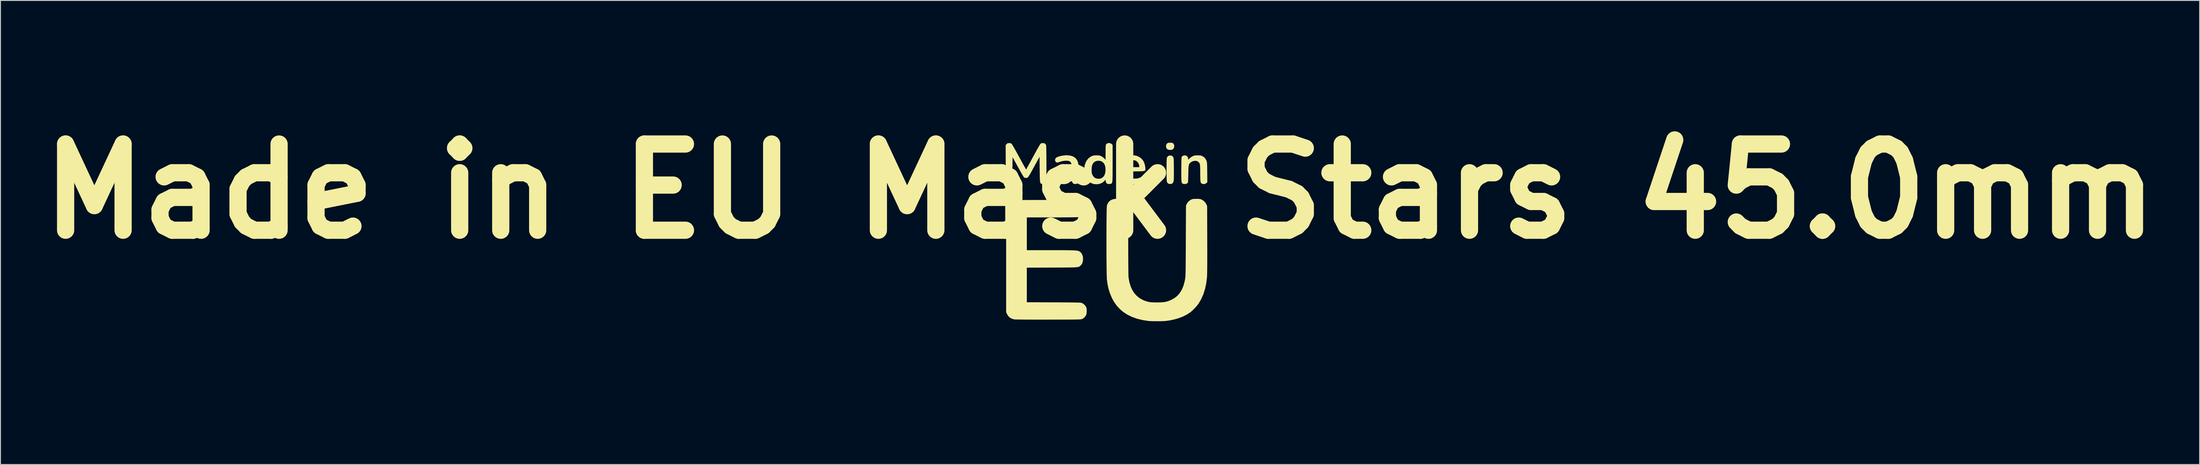
<source format=kicad_pcb>
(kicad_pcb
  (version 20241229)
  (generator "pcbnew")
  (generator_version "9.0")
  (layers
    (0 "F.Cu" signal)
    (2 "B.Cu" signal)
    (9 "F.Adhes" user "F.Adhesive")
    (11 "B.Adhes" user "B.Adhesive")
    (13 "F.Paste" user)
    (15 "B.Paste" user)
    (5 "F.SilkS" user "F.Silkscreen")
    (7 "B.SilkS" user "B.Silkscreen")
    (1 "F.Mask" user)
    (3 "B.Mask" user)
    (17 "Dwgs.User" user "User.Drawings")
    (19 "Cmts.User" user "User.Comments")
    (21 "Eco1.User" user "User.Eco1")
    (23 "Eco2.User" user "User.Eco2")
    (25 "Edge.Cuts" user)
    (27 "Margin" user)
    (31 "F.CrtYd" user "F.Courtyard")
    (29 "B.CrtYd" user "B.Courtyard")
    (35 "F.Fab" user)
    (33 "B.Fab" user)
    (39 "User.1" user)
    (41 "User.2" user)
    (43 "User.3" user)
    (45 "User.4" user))
  (footprint "Made in EU Mask Stars 45.0mm"
    (layer "F.Cu")
    (at 117.199 22.355)
    (property "Reference" "Made in EU Mask Stars 45.0mm" (at 0 -4.5 180) (layer "F.SilkS") (effects (font (size 9.423 9.423) (thickness 1.881))))
    (attr board_only exclude_from_pos_files exclude_from_bom)
    (fp_poly (pts (xy 16.539 -12.799) (xy 16.541 -12.795) (xy 16.555 -12.752) (xy 16.587 -12.653) (xy 16.635 -12.506) (xy 16.696 -12.316) (xy 16.769 -12.092) (xy 16.85 -11.841) (xy 16.937 -11.57) (xy 16.947 -11.539) (xy 17.336 -10.333) (xy 18.668 -10.316) (xy 19.999 -10.299) (xy 18.926 -9.53) (xy 18.69 -9.361) (xy 18.472 -9.203) (xy 18.278 -9.062) (xy 18.113 -8.942) (xy 17.984 -8.846) (xy 17.896 -8.779) (xy 17.855 -8.746) (xy 17.853 -8.743) (xy 17.863 -8.708) (xy 17.892 -8.617) (xy 17.936 -8.476) (xy 17.995 -8.292) (xy 18.066 -8.072) (xy 18.146 -7.824) (xy 18.233 -7.555) (xy 18.25 -7.503) (xy 18.338 -7.23) (xy 18.419 -6.978) (xy 18.49 -6.754) (xy 18.55 -6.564) (xy 18.596 -6.415) (xy 18.625 -6.315) (xy 18.637 -6.271) (xy 18.637 -6.269) (xy 18.609 -6.286) (xy 18.533 -6.338) (xy 18.414 -6.421) (xy 18.26 -6.531) (xy 18.074 -6.665) (xy 17.864 -6.817) (xy 17.635 -6.983) (xy 17.576 -7.026) (xy 16.524 -7.794) (xy 15.522 -7.061) (xy 15.245 -6.858) (xy 15.017 -6.691) (xy 14.834 -6.558) (xy 14.691 -6.456) (xy 14.583 -6.38) (xy 14.506 -6.328) (xy 14.455 -6.296) (xy 14.425 -6.283) (xy 14.411 -6.283) (xy 14.41 -6.295) (xy 14.415 -6.316) (xy 14.416 -6.319) (xy 14.524 -6.647) (xy 14.63 -6.973) (xy 14.732 -7.29) (xy 14.828 -7.593) (xy 14.917 -7.874) (xy 14.995 -8.129) (xy 15.062 -8.35) (xy 15.116 -8.531) (xy 15.154 -8.666) (xy 15.174 -8.749) (xy 15.177 -8.774) (xy 15.144 -8.797) (xy 15.063 -8.855) (xy 14.94 -8.943) (xy 14.781 -9.057) (xy 14.592 -9.193) (xy 14.378 -9.346) (xy 14.147 -9.512) (xy 14.1 -9.546) (xy 13.05 -10.299) (xy 14.378 -10.308) (xy 15.706 -10.317) (xy 15.994 -11.212) (xy 16.112 -11.578) (xy 16.211 -11.885) (xy 16.293 -12.138) (xy 16.36 -12.342) (xy 16.413 -12.502) (xy 16.454 -12.621) (xy 16.485 -12.707) (xy 16.507 -12.762) (xy 16.523 -12.793) (xy 16.533 -12.803)) (stroke (width 0) (type solid)) (fill yes) (layer "F.Mask"))
    (fp_poly (pts (xy 0.043 15.853) (xy 0.074 15.951) (xy 0.122 16.099) (xy 0.182 16.288) (xy 0.254 16.513) (xy 0.335 16.765) (xy 0.422 17.037) (xy 0.436 17.082) (xy 0.827 18.304) (xy 2.145 18.321) (xy 3.463 18.338) (xy 2.477 19.046) (xy 2.247 19.211) (xy 2.032 19.365) (xy 1.839 19.505) (xy 1.673 19.625) (xy 1.543 19.72) (xy 1.454 19.786) (xy 1.414 19.816) (xy 1.338 19.878) (xy 1.725 21.084) (xy 1.813 21.357) (xy 1.895 21.61) (xy 1.968 21.837) (xy 2.03 22.03) (xy 2.079 22.183) (xy 2.113 22.287) (xy 2.128 22.335) (xy 2.129 22.337) (xy 2.13 22.365) (xy 2.102 22.35) (xy 2.056 22.315) (xy 1.964 22.248) (xy 1.835 22.154) (xy 1.676 22.038) (xy 1.494 21.906) (xy 1.297 21.762) (xy 1.092 21.613) (xy 0.887 21.464) (xy 0.688 21.32) (xy 0.504 21.186) (xy 0.341 21.068) (xy 0.206 20.971) (xy 0.108 20.901) (xy 0.054 20.862) (xy 0.045 20.856) (xy 0.013 20.871) (xy -0.067 20.921) (xy -0.186 21) (xy -0.339 21.104) (xy -0.518 21.227) (xy -0.715 21.365) (xy -0.925 21.513) (xy -1.14 21.666) (xy -1.353 21.819) (xy -1.557 21.966) (xy -1.745 22.104) (xy -1.909 22.227) (xy -2.044 22.329) (xy -2.075 22.353) (xy -2.109 22.372) (xy -2.105 22.341) (xy -2.104 22.34) (xy -2.09 22.296) (xy -2.058 22.197) (xy -2.011 22.053) (xy -1.952 21.871) (xy -1.884 21.662) (xy -1.811 21.433) (xy -1.734 21.194) (xy -1.657 20.955) (xy -1.583 20.723) (xy -1.514 20.509) (xy -1.454 20.32) (xy -1.404 20.165) (xy -1.369 20.055) (xy -1.354 20.006) (xy -1.31 19.865) (xy -2.385 19.093) (xy -3.459 18.321) (xy -2.133 18.321) (xy -0.808 18.321) (xy -0.569 17.576) (xy -0.487 17.322) (xy -0.4 17.05) (xy -0.313 16.779) (xy -0.233 16.531) (xy -0.167 16.323) (xy -0.158 16.297) (xy -0.101 16.124) (xy -0.051 15.981) (xy -0.009 15.875) (xy 0.019 15.817) (xy 0.029 15.811)) (stroke (width 0) (type solid)) (fill yes) (layer "F.Mask"))
    (fp_poly (pts (xy -9.247 -18.957) (xy -9.165 -18.703) (xy -9.081 -18.444) (xy -9.001 -18.196) (xy -8.929 -17.973) (xy -8.869 -17.789) (xy -8.838 -17.693) (xy -8.703 -17.283) (xy -7.374 -17.275) (xy -6.046 -17.266) (xy -7 -16.582) (xy -7.229 -16.418) (xy -7.444 -16.262) (xy -7.64 -16.121) (xy -7.809 -15.999) (xy -7.944 -15.901) (xy -8.037 -15.833) (xy -8.076 -15.803) (xy -8.198 -15.709) (xy -7.801 -14.479) (xy -7.714 -14.206) (xy -7.633 -13.953) (xy -7.562 -13.728) (xy -7.503 -13.537) (xy -7.458 -13.387) (xy -7.428 -13.286) (xy -7.416 -13.24) (xy -7.416 -13.238) (xy -7.445 -13.255) (xy -7.522 -13.307) (xy -7.64 -13.39) (xy -7.795 -13.5) (xy -7.979 -13.632) (xy -8.188 -13.784) (xy -8.415 -13.949) (xy -8.442 -13.968) (xy -8.672 -14.136) (xy -8.886 -14.292) (xy -9.078 -14.43) (xy -9.241 -14.547) (xy -9.369 -14.639) (xy -9.457 -14.699) (xy -9.497 -14.726) (xy -9.498 -14.726) (xy -9.534 -14.711) (xy -9.617 -14.659) (xy -9.742 -14.577) (xy -9.902 -14.467) (xy -10.092 -14.334) (xy -10.305 -14.183) (xy -10.535 -14.017) (xy -10.577 -13.986) (xy -10.808 -13.818) (xy -11.023 -13.662) (xy -11.214 -13.524) (xy -11.376 -13.407) (xy -11.503 -13.317) (xy -11.589 -13.256) (xy -11.628 -13.231) (xy -11.63 -13.23) (xy -11.623 -13.261) (xy -11.598 -13.348) (xy -11.557 -13.486) (xy -11.501 -13.666) (xy -11.433 -13.883) (xy -11.355 -14.13) (xy -11.269 -14.398) (xy -11.249 -14.461) (xy -11.161 -14.735) (xy -11.079 -14.988) (xy -11.007 -15.214) (xy -10.946 -15.406) (xy -10.898 -15.557) (xy -10.866 -15.659) (xy -10.852 -15.706) (xy -10.852 -15.708) (xy -10.878 -15.731) (xy -10.953 -15.788) (xy -11.071 -15.876) (xy -11.226 -15.989) (xy -11.412 -16.125) (xy -11.624 -16.278) (xy -11.856 -16.445) (xy -11.927 -16.496) (xy -13.001 -17.266) (xy -11.667 -17.275) (xy -10.333 -17.284) (xy -10.017 -18.28) (xy -9.934 -18.541) (xy -9.853 -18.794) (xy -9.778 -19.03) (xy -9.711 -19.236) (xy -9.657 -19.403) (xy -9.619 -19.52) (xy -9.611 -19.544) (xy -9.522 -19.811)) (stroke (width 0) (type solid)) (fill yes) (layer "F.Mask"))
    (fp_poly (pts (xy -9.502 13.315) (xy -9.469 13.398) (xy -9.422 13.531) (xy -9.361 13.709) (xy -9.289 13.923) (xy -9.208 14.168) (xy -9.121 14.438) (xy -9.094 14.52) (xy -8.694 15.775) (xy -7.367 15.783) (xy -6.04 15.792) (xy -7.106 16.558) (xy -7.341 16.728) (xy -7.558 16.885) (xy -7.752 17.027) (xy -7.915 17.148) (xy -8.044 17.244) (xy -8.131 17.311) (xy -8.171 17.345) (xy -8.172 17.347) (xy -8.163 17.384) (xy -8.134 17.476) (xy -8.09 17.619) (xy -8.032 17.803) (xy -7.962 18.023) (xy -7.883 18.271) (xy -7.797 18.54) (xy -7.787 18.572) (xy -7.7 18.843) (xy -7.621 19.094) (xy -7.551 19.317) (xy -7.493 19.507) (xy -7.448 19.654) (xy -7.42 19.754) (xy -7.41 19.797) (xy -7.41 19.798) (xy -7.438 19.79) (xy -7.509 19.748) (xy -7.61 19.68) (xy -7.704 19.613) (xy -7.808 19.536) (xy -7.957 19.427) (xy -8.138 19.295) (xy -8.341 19.146) (xy -8.555 18.989) (xy -8.747 18.849) (xy -9.505 18.294) (xy -10.422 18.963) (xy -10.646 19.127) (xy -10.859 19.283) (xy -11.054 19.425) (xy -11.222 19.547) (xy -11.356 19.644) (xy -11.449 19.711) (xy -11.483 19.735) (xy -11.567 19.792) (xy -11.608 19.813) (xy -11.616 19.799) (xy -11.606 19.757) (xy -11.59 19.707) (xy -11.557 19.602) (xy -11.508 19.448) (xy -11.446 19.254) (xy -11.373 19.027) (xy -11.292 18.776) (xy -11.214 18.53) (xy -11.129 18.264) (xy -11.053 18.018) (xy -10.986 17.799) (xy -10.931 17.614) (xy -10.891 17.471) (xy -10.867 17.377) (xy -10.861 17.34) (xy -10.891 17.312) (xy -10.97 17.25) (xy -11.091 17.157) (xy -11.248 17.04) (xy -11.436 16.901) (xy -11.649 16.746) (xy -11.88 16.579) (xy -11.925 16.546) (xy -12.974 15.792) (xy -11.646 15.783) (xy -10.318 15.775) (xy -10.254 15.566) (xy -10.188 15.354) (xy -10.114 15.12) (xy -10.035 14.871) (xy -9.953 14.614) (xy -9.871 14.359) (xy -9.792 14.114) (xy -9.718 13.886) (xy -9.651 13.683) (xy -9.595 13.515) (xy -9.552 13.387) (xy -9.525 13.31) (xy -9.516 13.29)) (stroke (width 0) (type solid)) (fill yes) (layer "F.Mask"))
    (fp_poly (pts (xy 9.546 13.293) (xy 9.56 13.326) (xy 9.58 13.385) (xy 9.611 13.474) (xy 9.652 13.598) (xy 9.705 13.761) (xy 9.772 13.968) (xy 9.855 14.224) (xy 9.954 14.534) (xy 10.072 14.901) (xy 10.097 14.98) (xy 10.353 15.775) (xy 11.677 15.783) (xy 13.001 15.792) (xy 11.955 16.546) (xy 11.721 16.714) (xy 11.504 16.87) (xy 11.31 17.01) (xy 11.145 17.128) (xy 11.015 17.222) (xy 10.926 17.286) (xy 10.884 17.315) (xy 10.882 17.317) (xy 10.886 17.352) (xy 10.909 17.443) (xy 10.949 17.584) (xy 11.003 17.768) (xy 11.071 17.987) (xy 11.148 18.236) (xy 11.234 18.506) (xy 11.255 18.571) (xy 11.343 18.845) (xy 11.424 19.098) (xy 11.496 19.324) (xy 11.556 19.516) (xy 11.602 19.666) (xy 11.632 19.768) (xy 11.645 19.815) (xy 11.645 19.817) (xy 11.616 19.8) (xy 11.54 19.748) (xy 11.421 19.664) (xy 11.266 19.554) (xy 11.081 19.42) (xy 10.87 19.268) (xy 10.641 19.102) (xy 10.584 19.06) (xy 9.534 18.294) (xy 9.364 18.419) (xy 9.14 18.584) (xy 8.907 18.755) (xy 8.671 18.927) (xy 8.438 19.097) (xy 8.214 19.26) (xy 8.006 19.41) (xy 7.819 19.545) (xy 7.661 19.658) (xy 7.537 19.746) (xy 7.454 19.804) (xy 7.418 19.828) (xy 7.417 19.828) (xy 7.411 19.808) (xy 7.413 19.803) (xy 7.426 19.767) (xy 7.456 19.677) (xy 7.501 19.539) (xy 7.559 19.364) (xy 7.625 19.158) (xy 7.699 18.932) (xy 7.776 18.693) (xy 7.854 18.45) (xy 7.931 18.211) (xy 8.004 17.984) (xy 8.069 17.78) (xy 8.125 17.604) (xy 8.168 17.467) (xy 8.196 17.377) (xy 8.206 17.342) (xy 8.206 17.342) (xy 8.18 17.32) (xy 8.105 17.264) (xy 7.987 17.177) (xy 7.832 17.063) (xy 7.646 16.928) (xy 7.435 16.775) (xy 7.204 16.609) (xy 7.137 16.561) (xy 6.068 15.792) (xy 7.396 15.775) (xy 8.723 15.759) (xy 9.124 14.511) (xy 9.212 14.237) (xy 9.295 13.984) (xy 9.369 13.76) (xy 9.433 13.571) (xy 9.483 13.423) (xy 9.519 13.324) (xy 9.537 13.281) (xy 9.539 13.279)) (stroke (width 0) (type solid)) (fill yes) (layer "F.Mask"))
    (fp_poly (pts (xy 0.035 -22.317) (xy 0.065 -22.222) (xy 0.111 -22.078) (xy 0.171 -21.891) (xy 0.242 -21.669) (xy 0.322 -21.418) (xy 0.409 -21.147) (xy 0.429 -21.084) (xy 0.825 -19.845) (xy 2.146 -19.828) (xy 3.467 -19.811) (xy 2.403 -19.048) (xy 2.168 -18.879) (xy 1.952 -18.722) (xy 1.759 -18.582) (xy 1.595 -18.462) (xy 1.468 -18.368) (xy 1.381 -18.302) (xy 1.342 -18.271) (xy 1.34 -18.269) (xy 1.35 -18.236) (xy 1.377 -18.147) (xy 1.42 -18.012) (xy 1.475 -17.838) (xy 1.54 -17.635) (xy 1.612 -17.41) (xy 1.688 -17.172) (xy 1.766 -16.93) (xy 1.843 -16.691) (xy 1.916 -16.465) (xy 1.982 -16.26) (xy 2.039 -16.084) (xy 2.084 -15.946) (xy 2.11 -15.866) (xy 2.12 -15.838) (xy 2.129 -15.815) (xy 2.13 -15.801) (xy 2.118 -15.799) (xy 2.09 -15.812) (xy 2.04 -15.844) (xy 1.962 -15.897) (xy 1.853 -15.975) (xy 1.707 -16.081) (xy 1.518 -16.218) (xy 1.284 -16.389) (xy 1.139 -16.495) (xy 0.916 -16.658) (xy 0.706 -16.81) (xy 0.517 -16.948) (xy 0.355 -17.066) (xy 0.228 -17.158) (xy 0.143 -17.219) (xy 0.113 -17.241) (xy 0.008 -17.315) (xy -0.892 -16.659) (xy -1.116 -16.495) (xy -1.329 -16.34) (xy -1.525 -16.197) (xy -1.694 -16.073) (xy -1.83 -15.974) (xy -1.924 -15.906) (xy -1.955 -15.883) (xy -2.044 -15.819) (xy -2.09 -15.793) (xy -2.103 -15.801) (xy -2.094 -15.841) (xy -2.093 -15.845) (xy -2.078 -15.893) (xy -2.045 -15.995) (xy -1.998 -16.143) (xy -1.939 -16.327) (xy -1.871 -16.539) (xy -1.796 -16.77) (xy -1.719 -17.011) (xy -1.641 -17.254) (xy -1.566 -17.488) (xy -1.496 -17.706) (xy -1.434 -17.899) (xy -1.384 -18.057) (xy -1.347 -18.172) (xy -1.326 -18.234) (xy -1.324 -18.242) (xy -1.347 -18.269) (xy -1.42 -18.331) (xy -1.535 -18.422) (xy -1.688 -18.539) (xy -1.872 -18.678) (xy -2.083 -18.833) (xy -2.313 -19) (xy -2.376 -19.046) (xy -3.441 -19.811) (xy -2.124 -19.82) (xy -0.807 -19.829) (xy -0.568 -20.574) (xy -0.487 -20.828) (xy -0.4 -21.1) (xy -0.313 -21.37) (xy -0.233 -21.619) (xy -0.167 -21.826) (xy -0.158 -21.852) (xy -0.102 -22.026) (xy -0.052 -22.173) (xy -0.012 -22.282) (xy 0.014 -22.345) (xy 0.022 -22.355)) (stroke (width 0) (type solid)) (fill yes) (layer "F.Mask"))
    (fp_poly (pts (xy 16.532 6.306) (xy 16.563 6.391) (xy 16.61 6.526) (xy 16.67 6.705) (xy 16.742 6.92) (xy 16.822 7.166) (xy 16.91 7.435) (xy 16.934 7.512) (xy 17.335 8.759) (xy 18.672 8.775) (xy 20.008 8.792) (xy 18.959 9.546) (xy 18.724 9.714) (xy 18.506 9.87) (xy 18.311 10.01) (xy 18.145 10.129) (xy 18.013 10.223) (xy 17.923 10.288) (xy 17.879 10.319) (xy 17.877 10.32) (xy 17.879 10.357) (xy 17.901 10.451) (xy 17.941 10.597) (xy 17.998 10.791) (xy 18.069 11.027) (xy 18.154 11.298) (xy 18.248 11.592) (xy 18.337 11.868) (xy 18.418 12.123) (xy 18.491 12.35) (xy 18.552 12.542) (xy 18.599 12.694) (xy 18.631 12.797) (xy 18.645 12.845) (xy 18.645 12.848) (xy 18.618 12.83) (xy 18.542 12.776) (xy 18.424 12.692) (xy 18.27 12.58) (xy 18.085 12.446) (xy 17.875 12.293) (xy 17.646 12.125) (xy 17.587 12.082) (xy 17.32 11.886) (xy 17.101 11.727) (xy 16.925 11.601) (xy 16.787 11.505) (xy 16.682 11.434) (xy 16.605 11.387) (xy 16.549 11.359) (xy 16.511 11.347) (xy 16.484 11.347) (xy 16.465 11.355) (xy 16.423 11.384) (xy 16.333 11.449) (xy 16.202 11.543) (xy 16.037 11.662) (xy 15.844 11.803) (xy 15.63 11.958) (xy 15.413 12.117) (xy 15.188 12.28) (xy 14.981 12.43) (xy 14.797 12.562) (xy 14.643 12.672) (xy 14.525 12.754) (xy 14.448 12.806) (xy 14.419 12.822) (xy 14.426 12.789) (xy 14.452 12.699) (xy 14.494 12.559) (xy 14.551 12.376) (xy 14.62 12.157) (xy 14.699 11.91) (xy 14.785 11.641) (xy 14.803 11.588) (xy 14.891 11.315) (xy 14.971 11.063) (xy 15.042 10.837) (xy 15.101 10.646) (xy 15.147 10.496) (xy 15.176 10.394) (xy 15.187 10.348) (xy 15.187 10.346) (xy 15.156 10.32) (xy 15.082 10.263) (xy 14.973 10.182) (xy 14.839 10.084) (xy 14.78 10.042) (xy 14.634 9.937) (xy 14.448 9.803) (xy 14.237 9.651) (xy 14.014 9.49) (xy 13.795 9.332) (xy 13.716 9.275) (xy 13.046 8.792) (xy 14.381 8.775) (xy 15.717 8.759) (xy 16.111 7.525) (xy 16.199 7.251) (xy 16.281 6.998) (xy 16.354 6.771) (xy 16.417 6.58) (xy 16.467 6.429) (xy 16.501 6.327) (xy 16.518 6.281) (xy 16.52 6.278)) (stroke (width 0) (type solid)) (fill yes) (layer "F.Mask"))
    (fp_poly (pts (xy -16.483 6.297) (xy -16.469 6.339) (xy -16.437 6.438) (xy -16.389 6.586) (xy -16.328 6.775) (xy -16.255 7) (xy -16.174 7.251) (xy -16.087 7.522) (xy -16.077 7.553) (xy -15.689 8.759) (xy -14.352 8.775) (xy -13.015 8.792) (xy -14.085 9.56) (xy -14.321 9.729) (xy -14.54 9.886) (xy -14.735 10.025) (xy -14.9 10.144) (xy -15.031 10.238) (xy -15.121 10.302) (xy -15.163 10.333) (xy -15.166 10.335) (xy -15.158 10.367) (xy -15.132 10.456) (xy -15.09 10.596) (xy -15.033 10.778) (xy -14.964 10.997) (xy -14.885 11.245) (xy -14.798 11.515) (xy -14.774 11.592) (xy -14.685 11.867) (xy -14.604 12.122) (xy -14.532 12.349) (xy -14.471 12.542) (xy -14.424 12.693) (xy -14.392 12.796) (xy -14.379 12.844) (xy -14.378 12.847) (xy -14.406 12.829) (xy -14.482 12.775) (xy -14.599 12.691) (xy -14.753 12.579) (xy -14.937 12.445) (xy -15.146 12.292) (xy -15.372 12.126) (xy -15.407 12.1) (xy -15.638 11.931) (xy -15.852 11.774) (xy -16.045 11.634) (xy -16.209 11.515) (xy -16.338 11.423) (xy -16.426 11.36) (xy -16.468 11.332) (xy -16.47 11.332) (xy -16.505 11.347) (xy -16.588 11.398) (xy -16.713 11.481) (xy -16.873 11.591) (xy -17.063 11.724) (xy -17.276 11.876) (xy -17.508 12.043) (xy -17.567 12.086) (xy -17.799 12.256) (xy -18.014 12.413) (xy -18.206 12.552) (xy -18.368 12.669) (xy -18.495 12.76) (xy -18.581 12.821) (xy -18.621 12.847) (xy -18.622 12.848) (xy -18.613 12.815) (xy -18.584 12.725) (xy -18.54 12.586) (xy -18.481 12.403) (xy -18.411 12.184) (xy -18.331 11.936) (xy -18.244 11.666) (xy -18.224 11.602) (xy -18.135 11.328) (xy -18.055 11.073) (xy -17.984 10.846) (xy -17.925 10.652) (xy -17.879 10.499) (xy -17.85 10.395) (xy -17.839 10.346) (xy -17.839 10.343) (xy -17.869 10.319) (xy -17.947 10.26) (xy -18.068 10.171) (xy -18.225 10.056) (xy -18.413 9.919) (xy -18.626 9.765) (xy -18.858 9.598) (xy -18.917 9.556) (xy -19.979 8.792) (xy -18.641 8.775) (xy -17.303 8.759) (xy -17.041 7.938) (xy -16.96 7.685) (xy -16.877 7.425) (xy -16.797 7.174) (xy -16.724 6.947) (xy -16.665 6.76) (xy -16.64 6.682) (xy -16.589 6.528) (xy -16.544 6.406) (xy -16.508 6.325) (xy -16.487 6.294)) (stroke (width 0) (type solid)) (fill yes) (layer "F.Mask"))
    (fp_poly (pts (xy 9.59 -19.718) (xy 9.622 -19.62) (xy 9.67 -19.472) (xy 9.731 -19.282) (xy 9.804 -19.058) (xy 9.885 -18.807) (xy 9.972 -18.536) (xy 9.982 -18.505) (xy 10.369 -17.299) (xy 11.705 -17.283) (xy 13.04 -17.266) (xy 11.971 -16.499) (xy 11.736 -16.329) (xy 11.517 -16.173) (xy 11.323 -16.033) (xy 11.157 -15.914) (xy 11.027 -15.821) (xy 10.938 -15.756) (xy 10.895 -15.726) (xy 10.893 -15.724) (xy 10.9 -15.692) (xy 10.927 -15.603) (xy 10.97 -15.464) (xy 11.026 -15.282) (xy 11.095 -15.064) (xy 11.174 -14.816) (xy 11.261 -14.547) (xy 11.282 -14.482) (xy 11.37 -14.208) (xy 11.451 -13.954) (xy 11.522 -13.728) (xy 11.582 -13.537) (xy 11.628 -13.386) (xy 11.658 -13.284) (xy 11.67 -13.237) (xy 11.67 -13.235) (xy 11.642 -13.251) (xy 11.566 -13.303) (xy 11.447 -13.386) (xy 11.293 -13.497) (xy 11.108 -13.629) (xy 10.899 -13.781) (xy 10.672 -13.946) (xy 10.637 -13.972) (xy 10.406 -14.14) (xy 10.19 -14.295) (xy 9.997 -14.433) (xy 9.831 -14.548) (xy 9.7 -14.638) (xy 9.61 -14.696) (xy 9.566 -14.72) (xy 9.564 -14.72) (xy 9.527 -14.701) (xy 9.442 -14.647) (xy 9.315 -14.561) (xy 9.154 -14.449) (xy 8.963 -14.314) (xy 8.75 -14.161) (xy 8.52 -13.995) (xy 8.494 -13.975) (xy 8.264 -13.808) (xy 8.052 -13.654) (xy 7.862 -13.517) (xy 7.702 -13.402) (xy 7.577 -13.313) (xy 7.493 -13.254) (xy 7.457 -13.23) (xy 7.456 -13.23) (xy 7.453 -13.257) (xy 7.47 -13.322) (xy 7.516 -13.461) (xy 7.573 -13.637) (xy 7.64 -13.844) (xy 7.713 -14.072) (xy 7.79 -14.313) (xy 7.868 -14.559) (xy 7.945 -14.801) (xy 8.018 -15.032) (xy 8.085 -15.243) (xy 8.142 -15.426) (xy 8.187 -15.572) (xy 8.218 -15.673) (xy 8.231 -15.722) (xy 8.232 -15.724) (xy 8.204 -15.745) (xy 8.127 -15.8) (xy 8.007 -15.886) (xy 7.851 -15.998) (xy 7.664 -16.133) (xy 7.452 -16.285) (xy 7.221 -16.451) (xy 7.156 -16.498) (xy 6.088 -17.266) (xy 7.422 -17.283) (xy 8.755 -17.299) (xy 8.991 -18.037) (xy 9.072 -18.288) (xy 9.158 -18.557) (xy 9.243 -18.823) (xy 9.321 -19.067) (xy 9.385 -19.269) (xy 9.393 -19.291) (xy 9.448 -19.461) (xy 9.499 -19.601) (xy 9.539 -19.703) (xy 9.566 -19.756) (xy 9.576 -19.76)) (stroke (width 0) (type solid)) (fill yes) (layer "F.Mask"))
    (fp_poly (pts (xy -16.478 -12.75) (xy -16.446 -12.659) (xy -16.399 -12.518) (xy -16.339 -12.334) (xy -16.267 -12.114) (xy -16.187 -11.865) (xy -16.099 -11.595) (xy -16.08 -11.534) (xy -15.685 -10.299) (xy -14.359 -10.283) (xy -13.032 -10.266) (xy -14.103 -9.497) (xy -14.376 -9.301) (xy -14.599 -9.139) (xy -14.776 -9.008) (xy -14.913 -8.905) (xy -15.014 -8.825) (xy -15.084 -8.764) (xy -15.127 -8.72) (xy -15.149 -8.688) (xy -15.153 -8.665) (xy -15.152 -8.66) (xy -15.135 -8.607) (xy -15.101 -8.502) (xy -15.053 -8.352) (xy -14.994 -8.166) (xy -14.926 -7.953) (xy -14.852 -7.722) (xy -14.775 -7.482) (xy -14.697 -7.242) (xy -14.623 -7.009) (xy -14.554 -6.793) (xy -14.493 -6.604) (xy -14.443 -6.448) (xy -14.406 -6.337) (xy -14.387 -6.277) (xy -14.385 -6.27) (xy -14.389 -6.243) (xy -14.411 -6.251) (xy -14.444 -6.274) (xy -14.524 -6.331) (xy -14.643 -6.417) (xy -14.795 -6.526) (xy -14.971 -6.653) (xy -15.164 -6.793) (xy -15.367 -6.941) (xy -15.573 -7.09) (xy -15.774 -7.236) (xy -15.963 -7.373) (xy -16.132 -7.497) (xy -16.274 -7.6) (xy -16.382 -7.679) (xy -16.448 -7.728) (xy -16.462 -7.739) (xy -16.496 -7.726) (xy -16.578 -7.676) (xy -16.703 -7.595) (xy -16.866 -7.484) (xy -17.06 -7.348) (xy -17.28 -7.192) (xy -17.521 -7.017) (xy -17.549 -6.997) (xy -17.782 -6.828) (xy -17.998 -6.671) (xy -18.191 -6.531) (xy -18.355 -6.413) (xy -18.484 -6.321) (xy -18.572 -6.259) (xy -18.613 -6.231) (xy -18.616 -6.23) (xy -18.618 -6.255) (xy -18.61 -6.281) (xy -18.595 -6.324) (xy -18.563 -6.423) (xy -18.515 -6.571) (xy -18.453 -6.76) (xy -18.381 -6.983) (xy -18.301 -7.232) (xy -18.216 -7.495) (xy -18.13 -7.762) (xy -18.051 -8.009) (xy -17.98 -8.229) (xy -17.92 -8.415) (xy -17.873 -8.559) (xy -17.842 -8.654) (xy -17.83 -8.692) (xy -17.853 -8.719) (xy -17.926 -8.779) (xy -18.041 -8.87) (xy -18.194 -8.986) (xy -18.379 -9.124) (xy -18.59 -9.279) (xy -18.82 -9.446) (xy -18.89 -9.496) (xy -19.962 -10.266) (xy -18.636 -10.283) (xy -17.309 -10.299) (xy -17.148 -10.802) (xy -17.087 -10.99) (xy -17.012 -11.224) (xy -16.929 -11.483) (xy -16.843 -11.751) (xy -16.761 -12.006) (xy -16.747 -12.052) (xy -16.678 -12.262) (xy -16.617 -12.448) (xy -16.564 -12.601) (xy -16.523 -12.713) (xy -16.498 -12.775) (xy -16.491 -12.784)) (stroke (width 0) (type solid)) (fill yes) (layer "F.Mask"))
    (fp_poly (pts (xy -19.048 -3.229) (xy -19.016 -3.146) (xy -18.968 -3.012) (xy -18.907 -2.835) (xy -18.835 -2.62) (xy -18.755 -2.375) (xy -18.668 -2.106) (xy -18.642 -2.024) (xy -18.242 -0.77) (xy -16.923 -0.77) (xy -16.567 -0.77) (xy -16.265 -0.767) (xy -16.017 -0.763) (xy -15.828 -0.758) (xy -15.699 -0.751) (xy -15.632 -0.743) (xy -15.624 -0.738) (xy -15.655 -0.712) (xy -15.734 -0.651) (xy -15.856 -0.561) (xy -16.014 -0.444) (xy -16.202 -0.307) (xy -16.414 -0.153) (xy -16.645 0.013) (xy -16.681 0.039) (xy -16.913 0.206) (xy -17.127 0.362) (xy -17.317 0.501) (xy -17.476 0.621) (xy -17.601 0.716) (xy -17.683 0.781) (xy -17.717 0.813) (xy -17.718 0.814) (xy -17.708 0.852) (xy -17.68 0.947) (xy -17.635 1.091) (xy -17.577 1.277) (xy -17.507 1.498) (xy -17.428 1.747) (xy -17.341 2.016) (xy -17.33 2.05) (xy -17.244 2.321) (xy -17.164 2.571) (xy -17.095 2.793) (xy -17.037 2.981) (xy -16.993 3.127) (xy -16.965 3.225) (xy -16.955 3.267) (xy -16.956 3.268) (xy -16.985 3.252) (xy -17.062 3.2) (xy -17.181 3.117) (xy -17.336 3.007) (xy -17.522 2.875) (xy -17.731 2.723) (xy -17.959 2.557) (xy -18.001 2.526) (xy -18.258 2.34) (xy -18.489 2.175) (xy -18.688 2.036) (xy -18.852 1.924) (xy -18.975 1.844) (xy -19.054 1.799) (xy -19.081 1.79) (xy -19.118 1.813) (xy -19.203 1.872) (xy -19.329 1.96) (xy -19.49 2.075) (xy -19.679 2.212) (xy -19.89 2.364) (xy -20.106 2.522) (xy -20.374 2.717) (xy -20.592 2.876) (xy -20.766 3.003) (xy -20.901 3.1) (xy -21.002 3.172) (xy -21.073 3.222) (xy -21.121 3.254) (xy -21.149 3.27) (xy -21.163 3.275) (xy -21.167 3.271) (xy -21.168 3.265) (xy -21.158 3.23) (xy -21.13 3.138) (xy -21.085 2.996) (xy -21.027 2.812) (xy -20.957 2.593) (xy -20.877 2.346) (xy -20.791 2.078) (xy -20.783 2.053) (xy -20.696 1.783) (xy -20.615 1.532) (xy -20.544 1.308) (xy -20.485 1.117) (xy -20.439 0.968) (xy -20.409 0.867) (xy -20.398 0.822) (xy -20.398 0.821) (xy -20.424 0.793) (xy -20.499 0.731) (xy -20.617 0.639) (xy -20.771 0.521) (xy -20.957 0.383) (xy -21.168 0.229) (xy -21.397 0.062) (xy -21.437 0.034) (xy -21.669 -0.134) (xy -21.885 -0.29) (xy -22.077 -0.43) (xy -22.24 -0.549) (xy -22.368 -0.643) (xy -22.454 -0.708) (xy -22.492 -0.74) (xy -22.494 -0.741) (xy -22.465 -0.748) (xy -22.377 -0.754) (xy -22.235 -0.759) (xy -22.046 -0.763) (xy -21.817 -0.767) (xy -21.555 -0.769) (xy -21.267 -0.77) (xy -21.188 -0.77) (xy -19.864 -0.77) (xy -19.8 -0.98) (xy -19.729 -1.207) (xy -19.651 -1.454) (xy -19.569 -1.713) (xy -19.485 -1.975) (xy -19.402 -2.233) (xy -19.323 -2.478) (xy -19.25 -2.703) (xy -19.185 -2.9) (xy -19.131 -3.062) (xy -19.091 -3.179) (xy -19.068 -3.244) (xy -19.063 -3.255)) (stroke (width 0) (type solid)) (fill yes) (layer "F.Mask"))
    (fp_poly (pts (xy 19.071 -3.252) (xy 19.103 -3.167) (xy 19.149 -3.039) (xy 19.203 -2.876) (xy 19.264 -2.689) (xy 19.264 -2.688) (xy 19.341 -2.45) (xy 19.429 -2.173) (xy 19.521 -1.885) (xy 19.609 -1.61) (xy 19.661 -1.449) (xy 19.867 -0.804) (xy 21.187 -0.804) (xy 21.477 -0.803) (xy 21.745 -0.801) (xy 21.984 -0.799) (xy 22.186 -0.795) (xy 22.345 -0.791) (xy 22.453 -0.786) (xy 22.504 -0.78) (xy 22.506 -0.779) (xy 22.48 -0.754) (xy 22.404 -0.696) (xy 22.286 -0.607) (xy 22.131 -0.492) (xy 21.945 -0.356) (xy 21.734 -0.203) (xy 21.503 -0.037) (xy 21.451 -0.000486) (xy 21.217 0.168) (xy 21.001 0.325) (xy 20.809 0.467) (xy 20.647 0.589) (xy 20.521 0.686) (xy 20.436 0.755) (xy 20.399 0.791) (xy 20.398 0.794) (xy 20.408 0.834) (xy 20.436 0.93) (xy 20.48 1.076) (xy 20.539 1.264) (xy 20.609 1.486) (xy 20.688 1.735) (xy 20.775 2.005) (xy 20.783 2.03) (xy 20.869 2.3) (xy 20.948 2.549) (xy 21.018 2.771) (xy 21.075 2.957) (xy 21.119 3.102) (xy 21.146 3.199) (xy 21.155 3.239) (xy 21.155 3.24) (xy 21.126 3.224) (xy 21.049 3.172) (xy 20.93 3.09) (xy 20.775 2.98) (xy 20.59 2.847) (xy 20.381 2.696) (xy 20.154 2.531) (xy 20.128 2.511) (xy 19.898 2.343) (xy 19.685 2.188) (xy 19.493 2.049) (xy 19.331 1.932) (xy 19.203 1.841) (xy 19.116 1.78) (xy 19.076 1.755) (xy 19.075 1.754) (xy 19.04 1.77) (xy 18.957 1.821) (xy 18.834 1.903) (xy 18.675 2.013) (xy 18.489 2.144) (xy 18.28 2.294) (xy 18.08 2.44) (xy 17.803 2.643) (xy 17.574 2.81) (xy 17.39 2.944) (xy 17.246 3.049) (xy 17.137 3.126) (xy 17.058 3.181) (xy 17.004 3.216) (xy 16.971 3.235) (xy 16.954 3.24) (xy 16.948 3.236) (xy 16.948 3.233) (xy 16.958 3.197) (xy 16.986 3.104) (xy 17.03 2.962) (xy 17.089 2.777) (xy 17.159 2.558) (xy 17.238 2.31) (xy 17.324 2.042) (xy 17.333 2.014) (xy 17.42 1.743) (xy 17.5 1.493) (xy 17.571 1.269) (xy 17.63 1.079) (xy 17.676 0.931) (xy 17.706 0.831) (xy 17.718 0.787) (xy 17.718 0.786) (xy 17.691 0.76) (xy 17.616 0.7) (xy 17.498 0.609) (xy 17.343 0.494) (xy 17.157 0.357) (xy 16.945 0.203) (xy 16.715 0.037) (xy 16.663 0) (xy 16.43 -0.168) (xy 16.214 -0.324) (xy 16.022 -0.463) (xy 15.859 -0.583) (xy 15.733 -0.677) (xy 15.648 -0.742) (xy 15.61 -0.774) (xy 15.609 -0.776) (xy 15.641 -0.78) (xy 15.733 -0.783) (xy 15.877 -0.785) (xy 16.067 -0.786) (xy 16.295 -0.785) (xy 16.555 -0.783) (xy 16.838 -0.78) (xy 16.91 -0.779) (xy 17.24 -0.774) (xy 17.509 -0.771) (xy 17.724 -0.769) (xy 17.891 -0.769) (xy 18.016 -0.771) (xy 18.106 -0.775) (xy 18.167 -0.781) (xy 18.206 -0.79) (xy 18.228 -0.802) (xy 18.24 -0.817) (xy 18.244 -0.824) (xy 18.261 -0.869) (xy 18.296 -0.971) (xy 18.346 -1.122) (xy 18.409 -1.314) (xy 18.482 -1.541) (xy 18.563 -1.793) (xy 18.65 -2.065) (xy 18.656 -2.085) (xy 18.742 -2.354) (xy 18.822 -2.603) (xy 18.895 -2.823) (xy 18.956 -3.008) (xy 19.005 -3.151) (xy 19.039 -3.244) (xy 19.055 -3.282) (xy 19.056 -3.282)) (stroke (width 0) (type solid)) (fill yes) (layer "F.Mask"))
    (fp_poly (pts (xy 7.812 -9.802) (xy 7.957 -9.758) (xy 8.052 -9.67) (xy 8.102 -9.537) (xy 8.111 -9.42) (xy 8.083 -9.255) (xy 8 -9.125) (xy 7.901 -9.052) (xy 7.788 -9.02) (xy 7.644 -9.014) (xy 7.497 -9.033) (xy 7.409 -9.06) (xy 7.307 -9.138) (xy 7.239 -9.256) (xy 7.211 -9.395) (xy 7.222 -9.537) (xy 7.277 -9.664) (xy 7.321 -9.715) (xy 7.391 -9.764) (xy 7.484 -9.793) (xy 7.616 -9.807)) (stroke (width 0) (type solid)) (fill yes) (layer "F.SilkS"))
    (fp_poly (pts (xy 7.832 -8.383) (xy 7.947 -8.309) (xy 8.019 -8.183) (xy 8.04 -8.104) (xy 8.047 -8.032) (xy 8.054 -7.904) (xy 8.059 -7.728) (xy 8.064 -7.516) (xy 8.067 -7.278) (xy 8.069 -7.023) (xy 8.07 -6.763) (xy 8.07 -6.507) (xy 8.069 -6.265) (xy 8.066 -6.048) (xy 8.062 -5.865) (xy 8.057 -5.728) (xy 8.05 -5.647) (xy 7.999 -5.478) (xy 7.937 -5.391) (xy 7.867 -5.328) (xy 7.792 -5.299) (xy 7.682 -5.292) (xy 7.678 -5.292) (xy 7.532 -5.308) (xy 7.427 -5.358) (xy 7.425 -5.36) (xy 7.356 -5.44) (xy 7.306 -5.543) (xy 7.303 -5.553) (xy 7.294 -5.621) (xy 7.286 -5.747) (xy 7.279 -5.919) (xy 7.274 -6.13) (xy 7.271 -6.368) (xy 7.269 -6.624) (xy 7.268 -6.889) (xy 7.269 -7.152) (xy 7.272 -7.404) (xy 7.276 -7.635) (xy 7.281 -7.835) (xy 7.288 -7.995) (xy 7.296 -8.104) (xy 7.303 -8.146) (xy 7.37 -8.283) (xy 7.48 -8.37) (xy 7.634 -8.406) (xy 7.673 -8.407)) (stroke (width 0) (type solid)) (fill yes) (layer "F.SilkS"))
    (fp_poly (pts (xy 3.737 -8.424) (xy 4.012 -8.365) (xy 4.265 -8.257) (xy 4.488 -8.103) (xy 4.671 -7.903) (xy 4.771 -7.741) (xy 4.857 -7.528) (xy 4.921 -7.287) (xy 4.954 -7.053) (xy 4.957 -6.98) (xy 4.956 -6.901) (xy 4.951 -6.837) (xy 4.934 -6.787) (xy 4.898 -6.749) (xy 4.837 -6.721) (xy 4.745 -6.702) (xy 4.615 -6.689) (xy 4.44 -6.681) (xy 4.214 -6.677) (xy 3.93 -6.673) (xy 3.798 -6.672) (xy 3.504 -6.67) (xy 3.27 -6.667) (xy 3.091 -6.663) (xy 2.959 -6.656) (xy 2.87 -6.643) (xy 2.815 -6.623) (xy 2.789 -6.595) (xy 2.786 -6.557) (xy 2.799 -6.506) (xy 2.822 -6.442) (xy 2.834 -6.409) (xy 2.91 -6.234) (xy 3.011 -6.103) (xy 3.154 -5.996) (xy 3.194 -5.973) (xy 3.275 -5.931) (xy 3.347 -5.904) (xy 3.428 -5.888) (xy 3.535 -5.881) (xy 3.687 -5.88) (xy 3.735 -5.88) (xy 3.907 -5.883) (xy 4.033 -5.891) (xy 4.133 -5.908) (xy 4.228 -5.938) (xy 4.321 -5.976) (xy 4.492 -6.045) (xy 4.619 -6.081) (xy 4.712 -6.086) (xy 4.785 -6.06) (xy 4.838 -6.017) (xy 4.911 -5.91) (xy 4.925 -5.802) (xy 4.884 -5.697) (xy 4.796 -5.596) (xy 4.667 -5.504) (xy 4.503 -5.423) (xy 4.312 -5.355) (xy 4.099 -5.304) (xy 3.871 -5.273) (xy 3.635 -5.264) (xy 3.397 -5.28) (xy 3.229 -5.308) (xy 2.913 -5.407) (xy 2.643 -5.553) (xy 2.421 -5.746) (xy 2.247 -5.982) (xy 2.125 -6.26) (xy 2.055 -6.578) (xy 2.039 -6.849) (xy 2.06 -7.134) (xy 2.775 -7.134) (xy 3.531 -7.134) (xy 4.287 -7.134) (xy 4.287 -7.243) (xy 4.272 -7.336) (xy 4.235 -7.454) (xy 4.206 -7.526) (xy 4.091 -7.7) (xy 3.936 -7.822) (xy 3.745 -7.888) (xy 3.674 -7.897) (xy 3.434 -7.887) (xy 3.221 -7.818) (xy 3.042 -7.695) (xy 2.904 -7.523) (xy 2.813 -7.307) (xy 2.797 -7.243) (xy 2.775 -7.134) (xy 2.06 -7.134) (xy 2.065 -7.198) (xy 2.145 -7.507) (xy 2.277 -7.776) (xy 2.462 -8.003) (xy 2.698 -8.188) (xy 2.867 -8.28) (xy 3.156 -8.383) (xy 3.449 -8.431)) (stroke (width 0) (type solid)) (fill yes) (layer "F.SilkS"))
    (fp_poly (pts (xy 10.83 -8.421) (xy 10.946 -8.413) (xy 11.037 -8.395) (xy 11.125 -8.362) (xy 11.196 -8.329) (xy 11.361 -8.227) (xy 11.489 -8.097) (xy 11.592 -7.924) (xy 11.633 -7.831) (xy 11.653 -7.778) (xy 11.669 -7.724) (xy 11.682 -7.661) (xy 11.691 -7.58) (xy 11.699 -7.474) (xy 11.704 -7.334) (xy 11.709 -7.153) (xy 11.712 -6.923) (xy 11.715 -6.635) (xy 11.716 -6.573) (xy 11.727 -5.492) (xy 11.627 -5.392) (xy 11.505 -5.314) (xy 11.356 -5.283) (xy 11.204 -5.3) (xy 11.1 -5.348) (xy 11.057 -5.381) (xy 11.024 -5.426) (xy 10.998 -5.49) (xy 10.98 -5.58) (xy 10.967 -5.704) (xy 10.958 -5.87) (xy 10.954 -6.084) (xy 10.952 -6.356) (xy 10.952 -6.461) (xy 10.951 -6.741) (xy 10.946 -6.986) (xy 10.939 -7.188) (xy 10.93 -7.341) (xy 10.919 -7.436) (xy 10.915 -7.451) (xy 10.84 -7.611) (xy 10.718 -7.734) (xy 10.565 -7.809) (xy 10.51 -7.821) (xy 10.319 -7.822) (xy 10.126 -7.775) (xy 9.955 -7.688) (xy 9.883 -7.629) (xy 9.822 -7.568) (xy 9.774 -7.508) (xy 9.736 -7.443) (xy 9.708 -7.364) (xy 9.687 -7.261) (xy 9.672 -7.128) (xy 9.662 -6.955) (xy 9.654 -6.734) (xy 9.648 -6.457) (xy 9.647 -6.373) (xy 9.641 -6.102) (xy 9.636 -5.889) (xy 9.631 -5.728) (xy 9.624 -5.609) (xy 9.616 -5.525) (xy 9.605 -5.469) (xy 9.59 -5.431) (xy 9.572 -5.405) (xy 9.559 -5.391) (xy 9.447 -5.32) (xy 9.302 -5.286) (xy 9.152 -5.294) (xy 9.087 -5.309) (xy 9.033 -5.328) (xy 8.988 -5.357) (xy 8.953 -5.401) (xy 8.926 -5.467) (xy 8.907 -5.56) (xy 8.893 -5.687) (xy 8.885 -5.853) (xy 8.881 -6.065) (xy 8.88 -6.327) (xy 8.881 -6.646) (xy 8.883 -6.906) (xy 8.886 -7.24) (xy 8.888 -7.513) (xy 8.891 -7.733) (xy 8.895 -7.905) (xy 8.9 -8.035) (xy 8.906 -8.132) (xy 8.914 -8.199) (xy 8.924 -8.245) (xy 8.937 -8.276) (xy 8.952 -8.298) (xy 8.956 -8.303) (xy 9.064 -8.378) (xy 9.207 -8.417) (xy 9.336 -8.415) (xy 9.473 -8.365) (xy 9.57 -8.262) (xy 9.624 -8.112) (xy 9.626 -8.097) (xy 9.649 -7.943) (xy 9.782 -8.087) (xy 9.903 -8.194) (xy 10.055 -8.292) (xy 10.124 -8.327) (xy 10.231 -8.372) (xy 10.325 -8.401) (xy 10.428 -8.416) (xy 10.562 -8.422) (xy 10.668 -8.423)) (stroke (width 0) (type solid)) (fill yes) (layer "F.SilkS"))
    (fp_poly (pts (xy 1.112 -9.752) (xy 1.235 -9.69) (xy 1.281 -9.648) (xy 1.373 -9.545) (xy 1.373 -7.551) (xy 1.373 -7.12) (xy 1.373 -6.751) (xy 1.372 -6.44) (xy 1.369 -6.18) (xy 1.365 -5.967) (xy 1.36 -5.795) (xy 1.352 -5.661) (xy 1.341 -5.558) (xy 1.327 -5.481) (xy 1.31 -5.426) (xy 1.289 -5.388) (xy 1.263 -5.361) (xy 1.233 -5.341) (xy 1.202 -5.324) (xy 1.105 -5.296) (xy 0.977 -5.288) (xy 0.851 -5.3) (xy 0.771 -5.325) (xy 0.7 -5.394) (xy 0.641 -5.503) (xy 0.607 -5.628) (xy 0.603 -5.684) (xy 0.603 -5.776) (xy 0.498 -5.649) (xy 0.319 -5.483) (xy 0.099 -5.36) (xy -0.149 -5.285) (xy -0.414 -5.26) (xy -0.681 -5.29) (xy -0.739 -5.304) (xy -0.995 -5.407) (xy -1.221 -5.566) (xy -1.412 -5.776) (xy -1.562 -6.031) (xy -1.667 -6.324) (xy -1.673 -6.347) (xy -1.696 -6.49) (xy -1.709 -6.676) (xy -1.712 -6.849) (xy -0.92 -6.849) (xy -0.918 -6.674) (xy -0.91 -6.547) (xy -0.893 -6.45) (xy -0.865 -6.364) (xy -0.844 -6.314) (xy -0.726 -6.115) (xy -0.58 -5.975) (xy -0.402 -5.893) (xy -0.186 -5.863) (xy -0.167 -5.863) (xy -0.012 -5.877) (xy 0.13 -5.916) (xy 0.151 -5.925) (xy 0.326 -6.041) (xy 0.458 -6.208) (xy 0.547 -6.427) (xy 0.592 -6.697) (xy 0.596 -6.75) (xy 0.591 -7.055) (xy 0.54 -7.31) (xy 0.443 -7.518) (xy 0.3 -7.677) (xy 0.168 -7.762) (xy -0.016 -7.823) (xy -0.216 -7.835) (xy -0.411 -7.8) (xy -0.585 -7.721) (xy -0.693 -7.632) (xy -0.795 -7.496) (xy -0.864 -7.339) (xy -0.904 -7.148) (xy -0.92 -6.908) (xy -0.92 -6.849) (xy -1.712 -6.849) (xy -1.712 -6.881) (xy -1.706 -7.083) (xy -1.689 -7.258) (xy -1.672 -7.352) (xy -1.569 -7.654) (xy -1.42 -7.915) (xy -1.229 -8.129) (xy -1.001 -8.29) (xy -0.929 -8.327) (xy -0.822 -8.372) (xy -0.729 -8.401) (xy -0.626 -8.416) (xy -0.493 -8.422) (xy -0.385 -8.422) (xy -0.224 -8.421) (xy -0.109 -8.412) (xy -0.019 -8.394) (xy 0.068 -8.361) (xy 0.146 -8.324) (xy 0.276 -8.244) (xy 0.404 -8.144) (xy 0.472 -8.077) (xy 0.603 -7.929) (xy 0.603 -8.719) (xy 0.605 -9.021) (xy 0.61 -9.262) (xy 0.619 -9.44) (xy 0.631 -9.553) (xy 0.641 -9.593) (xy 0.719 -9.691) (xy 0.836 -9.751) (xy 0.973 -9.772)) (stroke (width 0) (type solid)) (fill yes) (layer "F.SilkS"))
    (fp_poly (pts (xy -3.534 -8.43) (xy -3.22 -8.389) (xy -2.957 -8.303) (xy -2.741 -8.172) (xy -2.573 -7.995) (xy -2.451 -7.771) (xy -2.444 -7.754) (xy -2.42 -7.688) (xy -2.402 -7.623) (xy -2.387 -7.549) (xy -2.376 -7.457) (xy -2.368 -7.336) (xy -2.362 -7.179) (xy -2.357 -6.974) (xy -2.352 -6.712) (xy -2.352 -6.689) (xy -2.347 -6.353) (xy -2.346 -6.078) (xy -2.351 -5.857) (xy -2.361 -5.684) (xy -2.379 -5.552) (xy -2.406 -5.456) (xy -2.443 -5.388) (xy -2.49 -5.343) (xy -2.55 -5.313) (xy -2.612 -5.296) (xy -2.779 -5.286) (xy -2.914 -5.333) (xy -3.013 -5.436) (xy -3.071 -5.591) (xy -3.08 -5.64) (xy -3.098 -5.778) (xy -3.172 -5.652) (xy -3.302 -5.497) (xy -3.48 -5.379) (xy -3.697 -5.303) (xy -3.944 -5.271) (xy -4.214 -5.286) (xy -4.258 -5.293) (xy -4.464 -5.348) (xy -4.649 -5.446) (xy -4.832 -5.597) (xy -4.845 -5.609) (xy -4.954 -5.726) (xy -5.023 -5.834) (xy -5.072 -5.963) (xy -5.075 -5.975) (xy -5.113 -6.214) (xy -5.109 -6.264) (xy -4.346 -6.264) (xy -4.332 -6.131) (xy -4.311 -6.076) (xy -4.201 -5.93) (xy -4.053 -5.837) (xy -3.873 -5.798) (xy -3.666 -5.816) (xy -3.608 -5.83) (xy -3.432 -5.912) (xy -3.286 -6.046) (xy -3.178 -6.22) (xy -3.118 -6.423) (xy -3.11 -6.499) (xy -3.098 -6.682) (xy -3.483 -6.672) (xy -3.767 -6.655) (xy -3.993 -6.621) (xy -4.16 -6.571) (xy -4.263 -6.506) (xy -4.267 -6.501) (xy -4.323 -6.397) (xy -4.346 -6.264) (xy -5.109 -6.264) (xy -5.092 -6.446) (xy -5.026 -6.628) (xy -4.961 -6.736) (xy -4.882 -6.818) (xy -4.771 -6.889) (xy -4.655 -6.947) (xy -4.518 -7) (xy -4.363 -7.042) (xy -4.179 -7.075) (xy -3.954 -7.099) (xy -3.678 -7.118) (xy -3.557 -7.124) (xy -3.078 -7.145) (xy -3.101 -7.332) (xy -3.137 -7.517) (xy -3.198 -7.652) (xy -3.29 -7.75) (xy -3.326 -7.774) (xy -3.434 -7.814) (xy -3.589 -7.834) (xy -3.774 -7.835) (xy -3.974 -7.817) (xy -4.171 -7.783) (xy -4.349 -7.732) (xy -4.367 -7.725) (xy -4.537 -7.666) (xy -4.662 -7.641) (xy -4.754 -7.649) (xy -4.824 -7.692) (xy -4.857 -7.729) (xy -4.911 -7.847) (xy -4.912 -7.978) (xy -4.861 -8.099) (xy -4.804 -8.16) (xy -4.679 -8.233) (xy -4.502 -8.3) (xy -4.29 -8.356) (xy -4.059 -8.4) (xy -3.823 -8.426) (xy -3.599 -8.433)) (stroke (width 0) (type solid)) (fill yes) (layer "F.SilkS"))
    (fp_poly (pts (xy -6.099 -9.747) (xy -5.993 -9.693) (xy -5.923 -9.594) (xy -5.895 -9.516) (xy -5.889 -9.461) (xy -5.884 -9.348) (xy -5.879 -9.182) (xy -5.875 -8.972) (xy -5.871 -8.725) (xy -5.868 -8.448) (xy -5.865 -8.15) (xy -5.863 -7.838) (xy -5.862 -7.519) (xy -5.861 -7.2) (xy -5.861 -6.89) (xy -5.862 -6.596) (xy -5.864 -6.325) (xy -5.866 -6.084) (xy -5.869 -5.882) (xy -5.874 -5.727) (xy -5.878 -5.624) (xy -5.882 -5.592) (xy -5.935 -5.441) (xy -6.033 -5.338) (xy -6.166 -5.287) (xy -6.327 -5.292) (xy -6.355 -5.299) (xy -6.408 -5.313) (xy -6.452 -5.331) (xy -6.488 -5.358) (xy -6.516 -5.401) (xy -6.539 -5.464) (xy -6.556 -5.554) (xy -6.569 -5.677) (xy -6.578 -5.839) (xy -6.585 -6.045) (xy -6.59 -6.302) (xy -6.595 -6.617) (xy -6.598 -6.886) (xy -6.615 -8.265) (xy -7.101 -7.376) (xy -7.275 -7.057) (xy -7.421 -6.791) (xy -7.541 -6.574) (xy -7.639 -6.4) (xy -7.717 -6.265) (xy -7.779 -6.163) (xy -7.829 -6.089) (xy -7.869 -6.038) (xy -7.902 -6.006) (xy -7.932 -5.986) (xy -7.963 -5.974) (xy -7.984 -5.967) (xy -8.143 -5.949) (xy -8.273 -5.99) (xy -8.334 -6.041) (xy -8.365 -6.086) (xy -8.424 -6.183) (xy -8.507 -6.325) (xy -8.61 -6.503) (xy -8.728 -6.712) (xy -8.858 -6.944) (xy -8.981 -7.167) (xy -9.562 -8.221) (xy -9.579 -6.865) (xy -9.584 -6.507) (xy -9.588 -6.209) (xy -9.593 -5.967) (xy -9.602 -5.774) (xy -9.613 -5.623) (xy -9.63 -5.51) (xy -9.653 -5.428) (xy -9.684 -5.372) (xy -9.723 -5.334) (xy -9.772 -5.31) (xy -9.833 -5.293) (xy -9.906 -5.278) (xy -9.914 -5.276) (xy -9.981 -5.277) (xy -10.068 -5.295) (xy -10.164 -5.339) (xy -10.235 -5.395) (xy -10.248 -5.412) (xy -10.26 -5.435) (xy -10.269 -5.469) (xy -10.277 -5.518) (xy -10.284 -5.589) (xy -10.289 -5.686) (xy -10.294 -5.814) (xy -10.297 -5.979) (xy -10.3 -6.186) (xy -10.303 -6.439) (xy -10.305 -6.745) (xy -10.307 -7.107) (xy -10.308 -7.505) (xy -10.318 -9.543) (xy -10.219 -9.653) (xy -10.154 -9.718) (xy -10.091 -9.751) (xy -10.004 -9.762) (xy -9.934 -9.763) (xy -9.819 -9.758) (xy -9.742 -9.737) (xy -9.678 -9.69) (xy -9.651 -9.663) (xy -9.615 -9.613) (xy -9.551 -9.511) (xy -9.464 -9.362) (xy -9.355 -9.173) (xy -9.23 -8.952) (xy -9.093 -8.703) (xy -8.945 -8.434) (xy -8.825 -8.213) (xy -8.676 -7.938) (xy -8.536 -7.682) (xy -8.409 -7.452) (xy -8.298 -7.254) (xy -8.206 -7.092) (xy -8.136 -6.973) (xy -8.092 -6.902) (xy -8.076 -6.884) (xy -8.056 -6.917) (xy -8.008 -7.003) (xy -7.935 -7.136) (xy -7.839 -7.309) (xy -7.726 -7.518) (xy -7.596 -7.755) (xy -7.456 -8.015) (xy -7.346 -8.217) (xy -7.195 -8.494) (xy -7.051 -8.757) (xy -6.917 -8.998) (xy -6.797 -9.211) (xy -6.695 -9.39) (xy -6.615 -9.527) (xy -6.559 -9.617) (xy -6.538 -9.646) (xy -6.475 -9.715) (xy -6.415 -9.749) (xy -6.333 -9.762) (xy -6.255 -9.763)) (stroke (width 0) (type solid)) (fill yes) (layer "F.SilkS"))
    (fp_poly (pts (xy 2.165 -3.664) (xy 2.297 -3.642) (xy 2.409 -3.607) (xy 2.491 -3.57) (xy 2.696 -3.44) (xy 2.853 -3.269) (xy 2.965 -3.053) (xy 3.035 -2.788) (xy 3.048 -2.707) (xy 3.052 -2.637) (xy 3.057 -2.505) (xy 3.061 -2.314) (xy 3.065 -2.068) (xy 3.068 -1.772) (xy 3.071 -1.43) (xy 3.074 -1.046) (xy 3.076 -0.624) (xy 3.078 -0.168) (xy 3.08 0.317) (xy 3.08 0.828) (xy 3.08 1.089) (xy 3.081 1.776) (xy 3.082 2.396) (xy 3.084 2.95) (xy 3.087 3.436) (xy 3.091 3.856) (xy 3.095 4.208) (xy 3.1 4.494) (xy 3.106 4.712) (xy 3.112 4.864) (xy 3.118 4.94) (xy 3.204 5.431) (xy 3.336 5.876) (xy 3.513 6.274) (xy 3.734 6.624) (xy 3.999 6.924) (xy 4.307 7.175) (xy 4.658 7.374) (xy 4.792 7.432) (xy 4.981 7.504) (xy 5.152 7.559) (xy 5.319 7.599) (xy 5.496 7.626) (xy 5.698 7.642) (xy 5.939 7.651) (xy 6.23 7.653) (xy 6.551 7.649) (xy 6.819 7.636) (xy 7.047 7.61) (xy 7.251 7.571) (xy 7.443 7.514) (xy 7.636 7.438) (xy 7.821 7.352) (xy 8.135 7.175) (xy 8.397 6.975) (xy 8.62 6.742) (xy 8.674 6.672) (xy 8.867 6.385) (xy 9.024 6.074) (xy 9.151 5.727) (xy 9.252 5.331) (xy 9.285 5.165) (xy 9.296 5.104) (xy 9.306 5.043) (xy 9.315 4.98) (xy 9.323 4.911) (xy 9.33 4.83) (xy 9.336 4.735) (xy 9.341 4.621) (xy 9.346 4.485) (xy 9.35 4.322) (xy 9.354 4.128) (xy 9.357 3.9) (xy 9.36 3.633) (xy 9.362 3.323) (xy 9.365 2.967) (xy 9.368 2.56) (xy 9.37 2.099) (xy 9.373 1.579) (xy 9.376 0.997) (xy 9.376 0.921) (xy 9.395 -2.931) (xy 9.474 -3.106) (xy 9.597 -3.301) (xy 9.77 -3.47) (xy 9.977 -3.596) (xy 10.057 -3.627) (xy 10.141 -3.648) (xy 10.248 -3.661) (xy 10.393 -3.666) (xy 10.534 -3.667) (xy 10.714 -3.666) (xy 10.845 -3.659) (xy 10.943 -3.646) (xy 11.025 -3.623) (xy 11.103 -3.591) (xy 11.307 -3.465) (xy 11.481 -3.295) (xy 11.609 -3.098) (xy 11.631 -3.049) (xy 11.706 -2.864) (xy 11.717 0.787) (xy 11.718 1.48) (xy 11.719 2.106) (xy 11.719 2.668) (xy 11.718 3.166) (xy 11.716 3.602) (xy 11.713 3.975) (xy 11.709 4.289) (xy 11.704 4.543) (xy 11.699 4.738) (xy 11.692 4.876) (xy 11.69 4.907) (xy 11.609 5.567) (xy 11.477 6.185) (xy 11.293 6.76) (xy 11.056 7.294) (xy 10.79 7.752) (xy 10.662 7.927) (xy 10.496 8.124) (xy 10.307 8.327) (xy 10.112 8.519) (xy 9.926 8.684) (xy 9.848 8.746) (xy 9.495 8.977) (xy 9.089 9.183) (xy 8.638 9.36) (xy 8.151 9.505) (xy 7.637 9.615) (xy 7.194 9.678) (xy 7.038 9.69) (xy 6.832 9.699) (xy 6.591 9.705) (xy 6.329 9.708) (xy 6.062 9.707) (xy 5.805 9.704) (xy 5.571 9.698) (xy 5.376 9.688) (xy 5.242 9.676) (xy 4.607 9.574) (xy 4.022 9.427) (xy 3.486 9.235) (xy 2.999 8.998) (xy 2.559 8.714) (xy 2.167 8.384) (xy 1.821 8.007) (xy 1.521 7.582) (xy 1.267 7.11) (xy 1.058 6.589) (xy 1.042 6.543) (xy 0.958 6.274) (xy 0.891 6.015) (xy 0.835 5.745) (xy 0.787 5.443) (xy 0.752 5.175) (xy 0.744 5.073) (xy 0.736 4.912) (xy 0.73 4.698) (xy 0.724 4.435) (xy 0.718 4.13) (xy 0.713 3.787) (xy 0.709 3.412) (xy 0.706 3.009) (xy 0.703 2.584) (xy 0.701 2.143) (xy 0.7 1.689) (xy 0.699 1.23) (xy 0.699 0.769) (xy 0.699 0.313) (xy 0.701 -0.134) (xy 0.703 -0.567) (xy 0.706 -0.98) (xy 0.709 -1.367) (xy 0.713 -1.725) (xy 0.718 -2.047) (xy 0.723 -2.328) (xy 0.729 -2.564) (xy 0.736 -2.748) (xy 0.744 -2.876) (xy 0.752 -2.942) (xy 0.752 -2.943) (xy 0.846 -3.184) (xy 0.988 -3.378) (xy 1.176 -3.524) (xy 1.411 -3.623) (xy 1.692 -3.673) (xy 1.99 -3.677)) (stroke (width 0) (type solid)) (fill yes) (layer "F.SilkS"))
    (fp_poly (pts (xy -6.215 -3.544) (xy -5.593 -3.543) (xy -5.033 -3.541) (xy -4.536 -3.54) (xy -4.098 -3.539) (xy -3.715 -3.537) (xy -3.383 -3.535) (xy -3.098 -3.533) (xy -2.857 -3.531) (xy -2.655 -3.528) (xy -2.488 -3.525) (xy -2.353 -3.521) (xy -2.245 -3.517) (xy -2.161 -3.511) (xy -2.097 -3.505) (xy -2.048 -3.498) (xy -2.011 -3.49) (xy -1.982 -3.48) (xy -1.956 -3.47) (xy -1.943 -3.464) (xy -1.756 -3.342) (xy -1.611 -3.178) (xy -1.509 -2.98) (xy -1.453 -2.76) (xy -1.444 -2.529) (xy -1.486 -2.298) (xy -1.579 -2.077) (xy -1.64 -1.983) (xy -1.769 -1.848) (xy -1.935 -1.752) (xy -2.149 -1.688) (xy -2.215 -1.676) (xy -2.291 -1.67) (xy -2.432 -1.664) (xy -2.635 -1.658) (xy -2.898 -1.653) (xy -3.218 -1.65) (xy -3.594 -1.646) (xy -4.022 -1.644) (xy -4.5 -1.642) (xy -5.026 -1.642) (xy -5.217 -1.641) (xy -8.005 -1.641) (xy -8.005 0.151) (xy -8.005 1.943) (xy -5.367 1.943) (xy -4.857 1.944) (xy -4.409 1.944) (xy -4.019 1.945) (xy -3.682 1.947) (xy -3.395 1.951) (xy -3.152 1.955) (xy -2.949 1.961) (xy -2.781 1.969) (xy -2.645 1.978) (xy -2.535 1.991) (xy -2.447 2.005) (xy -2.377 2.022) (xy -2.32 2.043) (xy -2.271 2.066) (xy -2.226 2.093) (xy -2.2 2.111) (xy -2.053 2.25) (xy -1.944 2.436) (xy -1.877 2.656) (xy -1.855 2.898) (xy -1.876 3.117) (xy -1.914 3.289) (xy -1.964 3.416) (xy -2.035 3.522) (xy -2.116 3.608) (xy -2.156 3.647) (xy -2.193 3.682) (xy -2.23 3.712) (xy -2.273 3.738) (xy -2.326 3.76) (xy -2.392 3.778) (xy -2.478 3.793) (xy -2.586 3.806) (xy -2.722 3.816) (xy -2.889 3.824) (xy -3.093 3.829) (xy -3.338 3.834) (xy -3.628 3.837) (xy -3.968 3.839) (xy -4.362 3.841) (xy -4.815 3.843) (xy -5.267 3.844) (xy -8.005 3.854) (xy -8.005 5.744) (xy -8.005 7.634) (xy -5.083 7.645) (xy -4.54 7.647) (xy -4.061 7.65) (xy -3.643 7.652) (xy -3.281 7.655) (xy -2.972 7.659) (xy -2.714 7.663) (xy -2.503 7.668) (xy -2.335 7.673) (xy -2.207 7.679) (xy -2.115 7.685) (xy -2.057 7.693) (xy -2.036 7.698) (xy -1.852 7.79) (xy -1.685 7.929) (xy -1.558 8.094) (xy -1.543 8.122) (xy -1.498 8.22) (xy -1.472 8.315) (xy -1.46 8.43) (xy -1.457 8.573) (xy -1.463 8.724) (xy -1.477 8.866) (xy -1.498 8.973) (xy -1.503 8.989) (xy -1.586 9.145) (xy -1.713 9.294) (xy -1.864 9.416) (xy -1.943 9.459) (xy -1.967 9.47) (xy -1.994 9.48) (xy -2.025 9.489) (xy -2.067 9.496) (xy -2.121 9.503) (xy -2.193 9.509) (xy -2.285 9.513) (xy -2.403 9.518) (xy -2.549 9.521) (xy -2.729 9.524) (xy -2.945 9.526) (xy -3.202 9.528) (xy -3.503 9.53) (xy -3.852 9.531) (xy -4.254 9.532) (xy -4.713 9.533) (xy -5.231 9.533) (xy -5.66 9.534) (xy -6.152 9.534) (xy -6.626 9.534) (xy -7.077 9.534) (xy -7.502 9.532) (xy -7.894 9.531) (xy -8.251 9.529) (xy -8.567 9.526) (xy -8.837 9.523) (xy -9.059 9.52) (xy -9.226 9.517) (xy -9.335 9.513) (xy -9.378 9.509) (xy -9.638 9.436) (xy -9.846 9.327) (xy -10.011 9.176) (xy -10.143 8.976) (xy -10.156 8.95) (xy -10.266 8.726) (xy -10.266 3.015) (xy -10.266 2.29) (xy -10.266 1.628) (xy -10.266 1.028) (xy -10.265 0.485) (xy -10.265 -0.002) (xy -10.264 -0.438) (xy -10.263 -0.826) (xy -10.262 -1.168) (xy -10.261 -1.467) (xy -10.259 -1.726) (xy -10.257 -1.949) (xy -10.255 -2.139) (xy -10.252 -2.298) (xy -10.248 -2.43) (xy -10.244 -2.537) (xy -10.24 -2.623) (xy -10.235 -2.691) (xy -10.23 -2.744) (xy -10.224 -2.784) (xy -10.217 -2.816) (xy -10.209 -2.841) (xy -10.202 -2.862) (xy -10.083 -3.08) (xy -9.912 -3.262) (xy -9.696 -3.401) (xy -9.442 -3.493) (xy -9.322 -3.517) (xy -9.243 -3.524) (xy -9.096 -3.529) (xy -8.884 -3.534) (xy -8.604 -3.538) (xy -8.258 -3.541) (xy -7.846 -3.543) (xy -7.368 -3.545) (xy -6.824 -3.545)) (stroke (width 0) (type solid)) (fill yes) (layer "F.SilkS")))
  (gr_rect
    (start -3 -3)
    (end 237.398 47.727)
    (stroke (width 0.1) (type default))
    (fill no)
    (layer "Edge.Cuts")))
</source>
